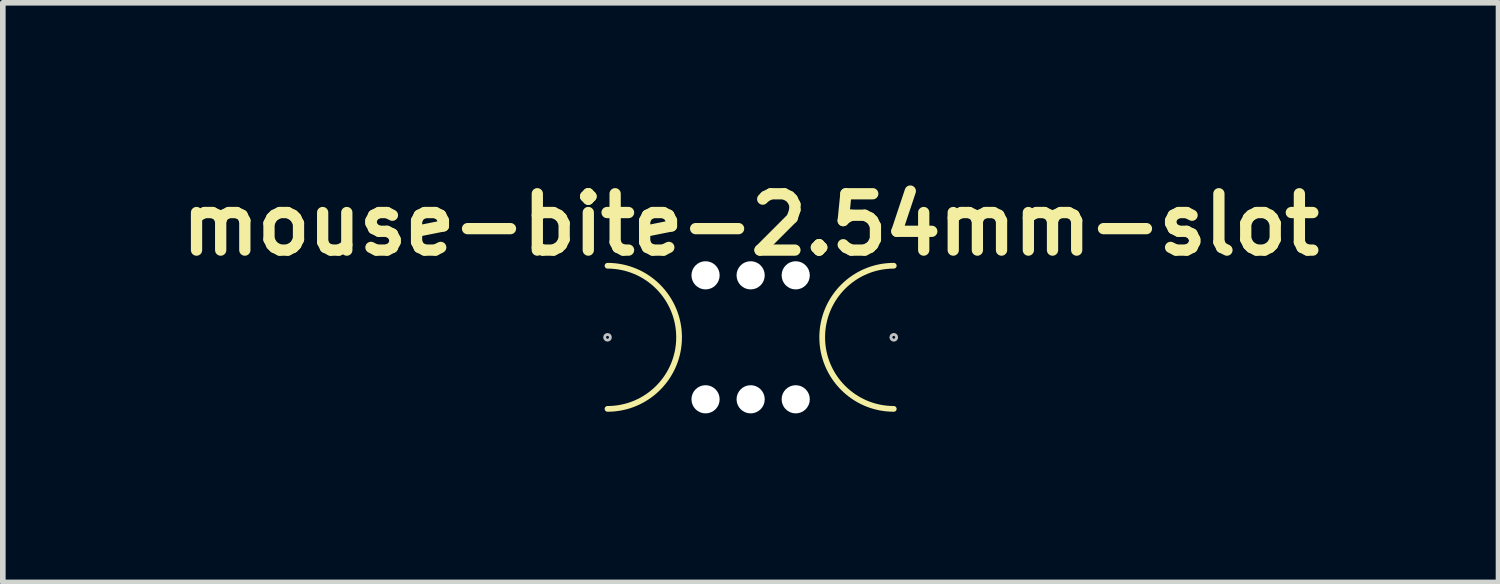
<source format=kicad_pcb>
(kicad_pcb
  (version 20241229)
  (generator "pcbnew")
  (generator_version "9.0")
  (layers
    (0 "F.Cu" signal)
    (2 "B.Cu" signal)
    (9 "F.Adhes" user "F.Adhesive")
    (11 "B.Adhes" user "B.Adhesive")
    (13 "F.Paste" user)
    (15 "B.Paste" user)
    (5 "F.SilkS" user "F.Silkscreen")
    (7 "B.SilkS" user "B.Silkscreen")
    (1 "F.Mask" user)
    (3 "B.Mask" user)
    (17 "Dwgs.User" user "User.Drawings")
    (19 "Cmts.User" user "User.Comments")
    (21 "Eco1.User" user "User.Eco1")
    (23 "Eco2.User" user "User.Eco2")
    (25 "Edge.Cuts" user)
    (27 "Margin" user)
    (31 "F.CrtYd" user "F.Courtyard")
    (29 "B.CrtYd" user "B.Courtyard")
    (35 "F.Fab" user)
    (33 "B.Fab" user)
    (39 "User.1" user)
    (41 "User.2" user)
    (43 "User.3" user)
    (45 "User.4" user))
  (footprint "mouse-bite-2.54mm-slot"
    (layer "F.Cu")
    (at 10.271 2.936)
    (property "Reference" "mouse-bite-2.54mm-slot" (at 0 -2 0) (layer "F.SilkS") (effects (font (size 1 1) (thickness 0.2))))
    (attr through_hole)
    (fp_arc (start -2.54 -1.27) (mid -1.27 0) (end -2.54 1.27) (stroke (width 0.1016) (type solid)) (layer "F.SilkS"))
    (fp_arc (start 2.54 1.27) (mid 1.27 0) (end 2.54 -1.27) (stroke (width 0.1016) (type solid)) (layer "F.SilkS"))
    (fp_circle (center -2.54 0) (end -2.54 0.051) (stroke (width 0.05) (type solid)) (fill no) (layer "Dwgs.User"))
    (fp_circle (center 2.54 0) (end 2.54 -0.051) (stroke (width 0.051) (type solid)) (fill no) (layer "Dwgs.User"))
    (pad "" np_thru_hole circle (at -0.8 -1.1) (size 0.5 0.5) (drill 0.5) (layers "*.Cu" "*.Mask"))
    (pad "" np_thru_hole circle (at -0.8 1.1) (size 0.5 0.5) (drill 0.5) (layers "*.Cu" "*.Mask"))
    (pad "" np_thru_hole circle (at 0 -1.1) (size 0.5 0.5) (drill 0.5) (layers "*.Cu" "*.Mask"))
    (pad "" np_thru_hole circle (at 0 1.1) (size 0.5 0.5) (drill 0.5) (layers "*.Cu" "*.Mask"))
    (pad "" np_thru_hole circle (at 0.8 -1.1) (size 0.5 0.5) (drill 0.5) (layers "*.Cu" "*.Mask"))
    (pad "" np_thru_hole circle (at 0.8 1.1) (size 0.5 0.5) (drill 0.5) (layers "*.Cu" "*.Mask")))
  (gr_rect
    (start -3 -3)
    (end 23.543 7.286)
    (stroke (width 0.1) (type default))
    (fill no)
    (layer "Edge.Cuts")))
</source>
